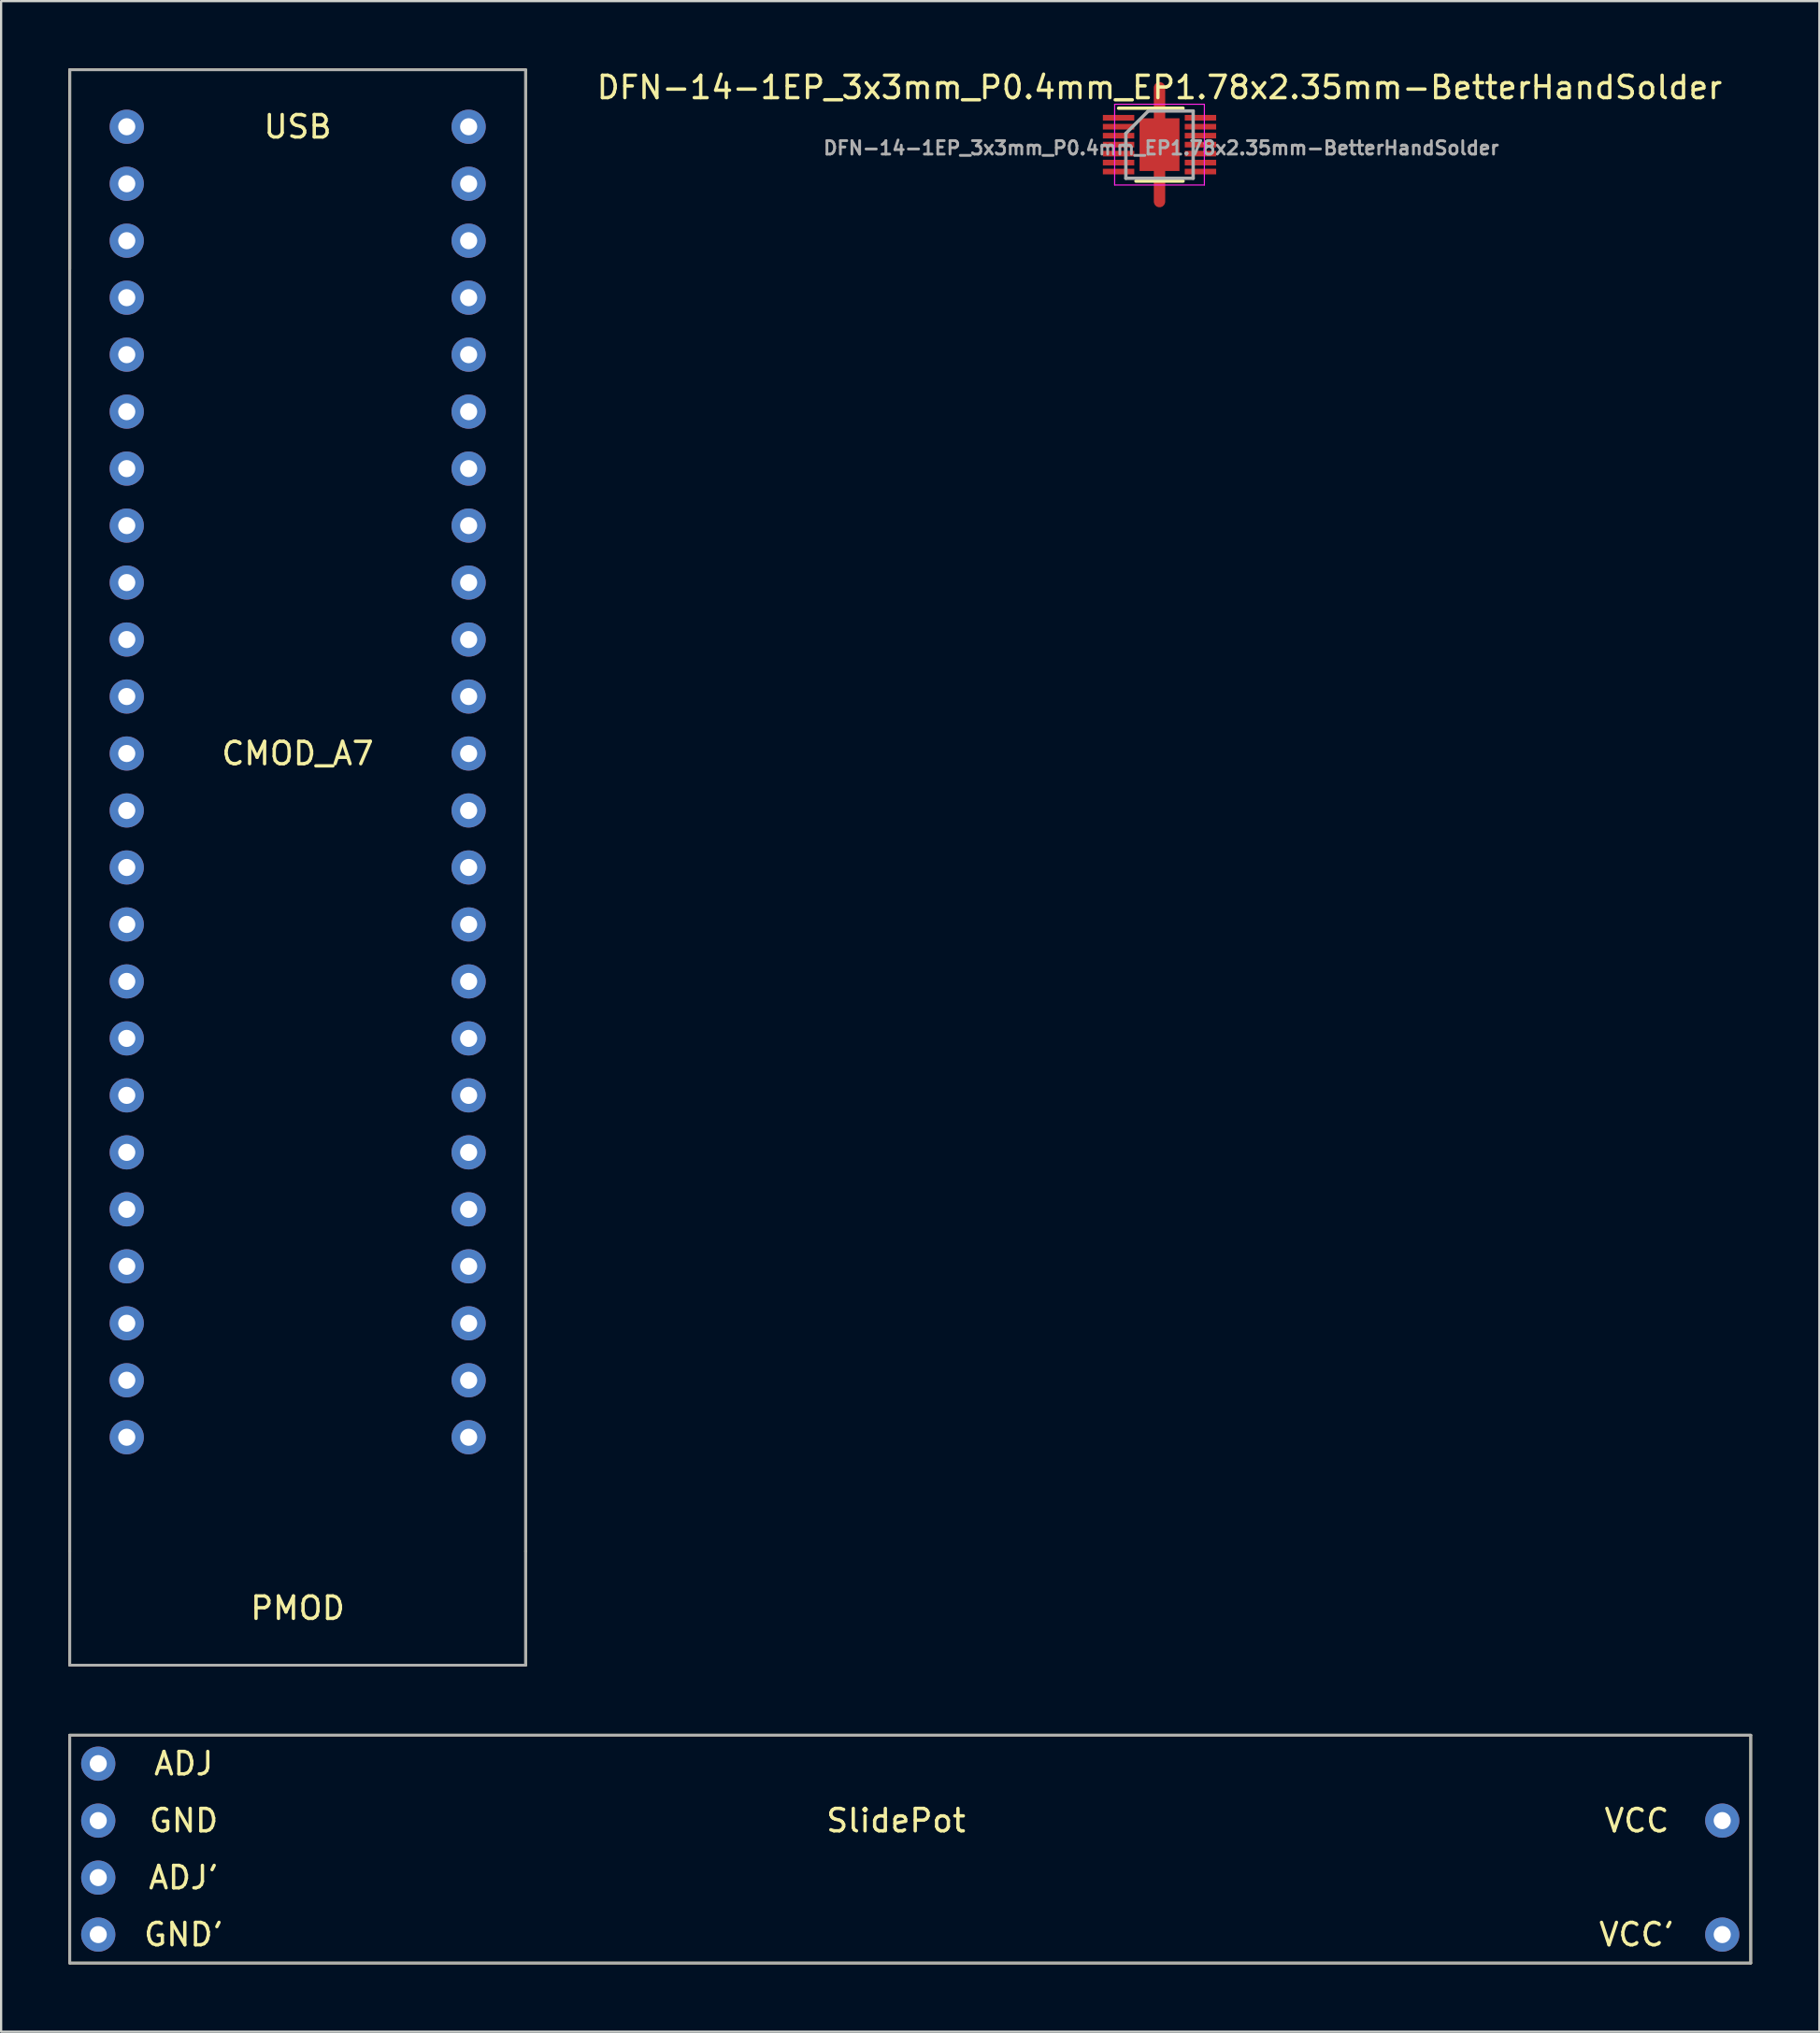
<source format=kicad_pcb>
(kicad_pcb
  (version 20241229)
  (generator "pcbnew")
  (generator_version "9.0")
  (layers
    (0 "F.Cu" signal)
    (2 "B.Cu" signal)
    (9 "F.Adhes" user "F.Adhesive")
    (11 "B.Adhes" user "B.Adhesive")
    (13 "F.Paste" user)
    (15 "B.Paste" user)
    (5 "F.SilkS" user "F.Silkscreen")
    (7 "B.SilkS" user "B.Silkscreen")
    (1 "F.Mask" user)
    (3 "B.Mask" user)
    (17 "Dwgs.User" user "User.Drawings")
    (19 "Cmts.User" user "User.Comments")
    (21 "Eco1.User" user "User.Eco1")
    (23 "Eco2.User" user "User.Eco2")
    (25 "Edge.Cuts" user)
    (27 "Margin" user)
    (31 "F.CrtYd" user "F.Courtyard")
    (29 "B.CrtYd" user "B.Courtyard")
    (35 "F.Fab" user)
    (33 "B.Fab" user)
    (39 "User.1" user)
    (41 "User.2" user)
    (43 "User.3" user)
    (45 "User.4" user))
  (footprint "SlidePot"
    (layer "F.Cu")
    (at 36.89 79.38)
    (property "Reference" "SlidePot" (at 0 -1.27 0) (layer "F.SilkS") (effects (font (size 1 1) (thickness 0.15))))
    (attr through_hole)
    (fp_line (start -36.83 -5.08) (end 38.1 -5.08) (stroke (width 0.12) (type solid)) (layer "F.SilkS"))
    (fp_line (start -36.83 5.08) (end -36.83 -5.08) (stroke (width 0.12) (type solid)) (layer "F.SilkS"))
    (fp_line (start 38.1 -5.08) (end 38.1 5.08) (stroke (width 0.12) (type solid)) (layer "F.SilkS"))
    (fp_line (start 38.1 5.08) (end -36.83 5.08) (stroke (width 0.12) (type solid)) (layer "F.SilkS"))
    (fp_line (start -36.83 -5.08) (end -36.83 5.08) (stroke (width 0.12) (type solid)) (layer "F.Fab"))
    (fp_line (start -36.83 5.08) (end 38.1 5.08) (stroke (width 0.12) (type solid)) (layer "F.Fab"))
    (fp_line (start 38.1 -5.08) (end -36.83 -5.08) (stroke (width 0.12) (type solid)) (layer "F.Fab"))
    (fp_line (start 38.1 5.08) (end 38.1 -5.08) (stroke (width 0.12) (type solid)) (layer "F.Fab"))
    (fp_text user "ADJ" (at -31.75 -3.81 0) (layer "F.SilkS") (effects (font (size 1 1) (thickness 0.15))))
    (fp_text user "ADJ'" (at -31.75 1.27 0) (layer "F.SilkS") (effects (font (size 1 1) (thickness 0.15))))
    (fp_text user "GND" (at -31.75 -1.27 0) (layer "F.SilkS") (effects (font (size 1 1) (thickness 0.15))))
    (fp_text user "VCC" (at 33.02 -1.27 0) (layer "F.SilkS") (effects (font (size 1 1) (thickness 0.15))))
    (fp_text user "GND'" (at -31.75 3.81 0) (layer "F.SilkS") (effects (font (size 1 1) (thickness 0.15))))
    (fp_text user "VCC'" (at 33.02 3.81 0) (layer "F.SilkS") (effects (font (size 1 1) (thickness 0.15))))
    (pad "1" thru_hole circle (at -35.56 -3.81) (size 1.524 1.524) (drill 0.762) (layers "*.Cu" "*.Mask"))
    (pad "2" thru_hole circle (at -35.56 -1.27) (size 1.524 1.524) (drill 0.762) (layers "*.Cu" "*.Mask"))
    (pad "3" thru_hole circle (at 36.83 -1.27) (size 1.524 1.524) (drill 0.762) (layers "*.Cu" "*.Mask"))
    (pad "4" thru_hole circle (at -35.56 1.27) (size 1.524 1.524) (drill 0.762) (layers "*.Cu" "*.Mask"))
    (pad "5" thru_hole circle (at -35.56 3.81) (size 1.524 1.524) (drill 0.762) (layers "*.Cu" "*.Mask"))
    (pad "6" thru_hole circle (at 36.83 3.81) (size 1.524 1.524) (drill 0.762) (layers "*.Cu" "*.Mask")))
  (footprint "CMOD_A7"
    (layer "F.Cu")
    (at 10.22 33.08)
    (property "Reference" "CMOD_A7" (at 0 -2.54 0) (layer "F.SilkS") (effects (font (size 1 1) (thickness 0.15))))
    (attr through_hole)
    (fp_line (start -10.16 -33.02) (end 10.16 -33.02) (stroke (width 0.12) (type solid)) (layer "F.SilkS"))
    (fp_line (start -10.16 -24.13) (end -10.16 -33.02) (stroke (width 0.12) (type solid)) (layer "F.SilkS"))
    (fp_line (start -10.16 33.02) (end -10.16 -33.02) (stroke (width 0.12) (type solid)) (layer "F.SilkS"))
    (fp_line (start -10.16 33.02) (end -10.16 38.1) (stroke (width 0.12) (type solid)) (layer "F.SilkS"))
    (fp_line (start 10.16 -33.02) (end 10.16 33.02) (stroke (width 0.12) (type solid)) (layer "F.SilkS"))
    (fp_line (start 10.16 33.02) (end 10.16 38.1) (stroke (width 0.12) (type solid)) (layer "F.SilkS"))
    (fp_line (start 10.16 38.1) (end -10.16 38.1) (stroke (width 0.12) (type solid)) (layer "F.SilkS"))
    (fp_line (start -10.16 -33.02) (end -10.16 38.1) (stroke (width 0.12) (type solid)) (layer "F.Fab"))
    (fp_line (start -10.16 -33.02) (end 10.16 -33.02) (stroke (width 0.12) (type solid)) (layer "F.Fab"))
    (fp_line (start -10.16 38.1) (end 10.16 38.1) (stroke (width 0.12) (type solid)) (layer "F.Fab"))
    (fp_line (start 10.16 -33.02) (end 10.16 38.1) (stroke (width 0.12) (type solid)) (layer "F.Fab"))
    (fp_text user "USB" (at 0 -30.48 0) (layer "F.SilkS") (effects (font (size 1 1) (thickness 0.15))))
    (fp_text user "PMOD" (at 0 35.56 0) (layer "F.SilkS") (effects (font (size 1 1) (thickness 0.15))))
    (pad "1" thru_hole circle (at 7.62 27.94) (size 1.524 1.524) (drill 0.762) (layers "*.Cu" "*.Mask"))
    (pad "2" thru_hole circle (at 7.62 25.4) (size 1.524 1.524) (drill 0.762) (layers "*.Cu" "*.Mask"))
    (pad "3" thru_hole circle (at 7.62 22.86) (size 1.524 1.524) (drill 0.762) (layers "*.Cu" "*.Mask"))
    (pad "4" thru_hole circle (at 7.62 20.32) (size 1.524 1.524) (drill 0.762) (layers "*.Cu" "*.Mask"))
    (pad "5" thru_hole circle (at 7.62 17.78) (size 1.524 1.524) (drill 0.762) (layers "*.Cu" "*.Mask"))
    (pad "6" thru_hole circle (at 7.62 15.24) (size 1.524 1.524) (drill 0.762) (layers "*.Cu" "*.Mask"))
    (pad "7" thru_hole circle (at 7.62 12.7) (size 1.524 1.524) (drill 0.762) (layers "*.Cu" "*.Mask"))
    (pad "8" thru_hole circle (at 7.62 10.16) (size 1.524 1.524) (drill 0.762) (layers "*.Cu" "*.Mask"))
    (pad "9" thru_hole circle (at 7.62 7.62) (size 1.524 1.524) (drill 0.762) (layers "*.Cu" "*.Mask"))
    (pad "10" thru_hole circle (at 7.62 5.08) (size 1.524 1.524) (drill 0.762) (layers "*.Cu" "*.Mask"))
    (pad "11" thru_hole circle (at 7.62 2.54) (size 1.524 1.524) (drill 0.762) (layers "*.Cu" "*.Mask"))
    (pad "12" thru_hole circle (at 7.62 0) (size 1.524 1.524) (drill 0.762) (layers "*.Cu" "*.Mask"))
    (pad "13" thru_hole circle (at 7.62 -2.54) (size 1.524 1.524) (drill 0.762) (layers "*.Cu" "*.Mask"))
    (pad "14" thru_hole circle (at 7.62 -5.08) (size 1.524 1.524) (drill 0.762) (layers "*.Cu" "*.Mask"))
    (pad "15" thru_hole circle (at 7.62 -7.62) (size 1.524 1.524) (drill 0.762) (layers "*.Cu" "*.Mask"))
    (pad "16" thru_hole circle (at 7.62 -10.16) (size 1.524 1.524) (drill 0.762) (layers "*.Cu" "*.Mask"))
    (pad "17" thru_hole circle (at 7.62 -12.7) (size 1.524 1.524) (drill 0.762) (layers "*.Cu" "*.Mask"))
    (pad "18" thru_hole circle (at 7.62 -15.24) (size 1.524 1.524) (drill 0.762) (layers "*.Cu" "*.Mask"))
    (pad "19" thru_hole circle (at 7.62 -17.78) (size 1.524 1.524) (drill 0.762) (layers "*.Cu" "*.Mask"))
    (pad "20" thru_hole circle (at 7.62 -20.32) (size 1.524 1.524) (drill 0.762) (layers "*.Cu" "*.Mask"))
    (pad "21" thru_hole circle (at 7.62 -22.86) (size 1.524 1.524) (drill 0.762) (layers "*.Cu" "*.Mask"))
    (pad "22" thru_hole circle (at 7.62 -25.4) (size 1.524 1.524) (drill 0.762) (layers "*.Cu" "*.Mask"))
    (pad "23" thru_hole circle (at 7.62 -27.94) (size 1.524 1.524) (drill 0.762) (layers "*.Cu" "*.Mask"))
    (pad "24" thru_hole circle (at 7.62 -30.48) (size 1.524 1.524) (drill 0.762) (layers "*.Cu" "*.Mask"))
    (pad "25" thru_hole circle (at -7.62 -30.48) (size 1.524 1.524) (drill 0.762) (layers "*.Cu" "*.Mask"))
    (pad "26" thru_hole circle (at -7.62 -27.94) (size 1.524 1.524) (drill 0.762) (layers "*.Cu" "*.Mask"))
    (pad "27" thru_hole circle (at -7.62 -25.4) (size 1.524 1.524) (drill 0.762) (layers "*.Cu" "*.Mask"))
    (pad "28" thru_hole circle (at -7.62 -22.86) (size 1.524 1.524) (drill 0.762) (layers "*.Cu" "*.Mask"))
    (pad "29" thru_hole circle (at -7.62 -20.32) (size 1.524 1.524) (drill 0.762) (layers "*.Cu" "*.Mask"))
    (pad "30" thru_hole circle (at -7.62 -17.78) (size 1.524 1.524) (drill 0.762) (layers "*.Cu" "*.Mask"))
    (pad "31" thru_hole circle (at -7.62 -15.24) (size 1.524 1.524) (drill 0.762) (layers "*.Cu" "*.Mask"))
    (pad "32" thru_hole circle (at -7.62 -12.7) (size 1.524 1.524) (drill 0.762) (layers "*.Cu" "*.Mask"))
    (pad "33" thru_hole circle (at -7.62 -10.16) (size 1.524 1.524) (drill 0.762) (layers "*.Cu" "*.Mask"))
    (pad "34" thru_hole circle (at -7.62 -7.62) (size 1.524 1.524) (drill 0.762) (layers "*.Cu" "*.Mask"))
    (pad "35" thru_hole circle (at -7.62 -5.08) (size 1.524 1.524) (drill 0.762) (layers "*.Cu" "*.Mask"))
    (pad "36" thru_hole circle (at -7.62 -2.54) (size 1.524 1.524) (drill 0.762) (layers "*.Cu" "*.Mask"))
    (pad "37" thru_hole circle (at -7.62 0) (size 1.524 1.524) (drill 0.762) (layers "*.Cu" "*.Mask"))
    (pad "38" thru_hole circle (at -7.62 2.54) (size 1.524 1.524) (drill 0.762) (layers "*.Cu" "*.Mask"))
    (pad "39" thru_hole circle (at -7.62 5.08) (size 1.524 1.524) (drill 0.762) (layers "*.Cu" "*.Mask"))
    (pad "40" thru_hole circle (at -7.62 7.62) (size 1.524 1.524) (drill 0.762) (layers "*.Cu" "*.Mask"))
    (pad "41" thru_hole circle (at -7.62 10.16) (size 1.524 1.524) (drill 0.762) (layers "*.Cu" "*.Mask"))
    (pad "42" thru_hole circle (at -7.62 12.7) (size 1.524 1.524) (drill 0.762) (layers "*.Cu" "*.Mask"))
    (pad "43" thru_hole circle (at -7.62 15.24) (size 1.524 1.524) (drill 0.762) (layers "*.Cu" "*.Mask"))
    (pad "44" thru_hole circle (at -7.62 17.78) (size 1.524 1.524) (drill 0.762) (layers "*.Cu" "*.Mask"))
    (pad "45" thru_hole circle (at -7.62 20.32) (size 1.524 1.524) (drill 0.762) (layers "*.Cu" "*.Mask"))
    (pad "46" thru_hole circle (at -7.62 22.86) (size 1.524 1.524) (drill 0.762) (layers "*.Cu" "*.Mask"))
    (pad "47" thru_hole circle (at -7.62 25.4) (size 1.524 1.524) (drill 0.762) (layers "*.Cu" "*.Mask"))
    (pad "48" thru_hole circle (at -7.62 27.94) (size 1.524 1.524) (drill 0.762) (layers "*.Cu" "*.Mask")))
  (footprint "DFN-14-1EP_3x3mm_P0.4mm_EP1.78x2.35mm-BetterHandSolder"
    (layer "F.Cu")
    (at 48.636 3.398)
    (property "Reference" "DFN-14-1EP_3x3mm_P0.4mm_EP1.78x2.35mm-BetterHandSolder" (at 0 -2.55 0) (layer "F.SilkS") (effects (font (size 1 1) (thickness 0.15))))
    (attr smd)
    (fp_line (start -1.825 -1.625) (end 1.05 -1.625) (stroke (width 0.15) (type solid)) (layer "F.SilkS"))
    (fp_line (start -1.05 1.625) (end 1.05 1.625) (stroke (width 0.15) (type solid)) (layer "F.SilkS"))
    (fp_line (start -2 -1.8) (end -2 1.8) (stroke (width 0.05) (type solid)) (layer "F.CrtYd"))
    (fp_line (start -2 -1.8) (end 2 -1.8) (stroke (width 0.05) (type solid)) (layer "F.CrtYd"))
    (fp_line (start -2 1.8) (end 2 1.8) (stroke (width 0.05) (type solid)) (layer "F.CrtYd"))
    (fp_line (start 2 -1.8) (end 2 1.8) (stroke (width 0.05) (type solid)) (layer "F.CrtYd"))
    (fp_line (start -1.5 -0.5) (end -0.5 -1.5) (stroke (width 0.15) (type solid)) (layer "F.Fab"))
    (fp_line (start -1.5 1.5) (end -1.5 -0.5) (stroke (width 0.15) (type solid)) (layer "F.Fab"))
    (fp_line (start -0.5 -1.5) (end 1.5 -1.5) (stroke (width 0.15) (type solid)) (layer "F.Fab"))
    (fp_line (start 1.5 -1.5) (end 1.5 1.5) (stroke (width 0.15) (type solid)) (layer "F.Fab"))
    (fp_line (start 1.5 1.5) (end -1.5 1.5) (stroke (width 0.15) (type solid)) (layer "F.Fab"))
    (fp_text user "${REFERENCE}" (at 0.075 0.15 0) (layer "F.Fab") (effects (font (size 0.6 0.6) (thickness 0.125))))
    (pad "" smd rect (at -0.445 -0.588) (size 0.7 0.97) (layers "F.Paste"))
    (pad "" smd rect (at -0.445 0.588) (size 0.7 0.97) (layers "F.Paste"))
    (pad "" smd rect (at 0.45 -0.588) (size 0.7 0.97) (layers "F.Paste"))
    (pad "" smd rect (at 0.45 0.588) (size 0.7 0.97) (layers "F.Paste"))
    (pad "1" smd rect (at -1.825 -1.2) (size 1.4 0.25) (layers "F.Cu" "F.Mask" "F.Paste"))
    (pad "2" smd rect (at -1.825 -0.8) (size 1.4 0.25) (layers "F.Cu" "F.Mask" "F.Paste"))
    (pad "3" smd rect (at -1.825 -0.4) (size 1.4 0.25) (layers "F.Cu" "F.Mask" "F.Paste"))
    (pad "4" smd rect (at -1.825 0) (size 1.4 0.25) (layers "F.Cu" "F.Mask" "F.Paste"))
    (pad "5" smd rect (at -1.825 0.4) (size 1.4 0.25) (layers "F.Cu" "F.Mask" "F.Paste"))
    (pad "6" smd rect (at -1.825 0.8) (size 1.4 0.25) (layers "F.Cu" "F.Mask" "F.Paste"))
    (pad "7" smd rect (at -1.825 1.2) (size 1.4 0.25) (layers "F.Cu" "F.Mask" "F.Paste"))
    (pad "8" smd rect (at 1.825 1.2) (size 1.4 0.25) (layers "F.Cu" "F.Mask" "F.Paste"))
    (pad "9" smd rect (at 1.825 0.8) (size 1.4 0.25) (layers "F.Cu" "F.Mask" "F.Paste"))
    (pad "10" smd rect (at 1.825 0.4) (size 1.4 0.25) (layers "F.Cu" "F.Mask" "F.Paste"))
    (pad "11" smd rect (at 1.825 0) (size 1.4 0.25) (layers "F.Cu" "F.Mask" "F.Paste"))
    (pad "12" smd rect (at 1.825 -0.4) (size 1.4 0.25) (layers "F.Cu" "F.Mask" "F.Paste"))
    (pad "13" smd rect (at 1.825 -0.8) (size 1.4 0.25) (layers "F.Cu" "F.Mask" "F.Paste"))
    (pad "14" smd rect (at 1.825 -1.2) (size 1.4 0.25) (layers "F.Cu" "F.Mask" "F.Paste"))
    (pad "15" smd custom (at 0 0) (size 1.78 2.35) (layers "F.Cu" "F.Mask") (options (anchor rect)) (primitives (gr_line (start 0 2.54) (end 0 -2.54) (width 0.508)))))
  (gr_rect
    (start -3 -3)
    (end 78.05 87.52)
    (stroke (width 0.1) (type default))
    (fill no)
    (layer "Edge.Cuts")))
</source>
